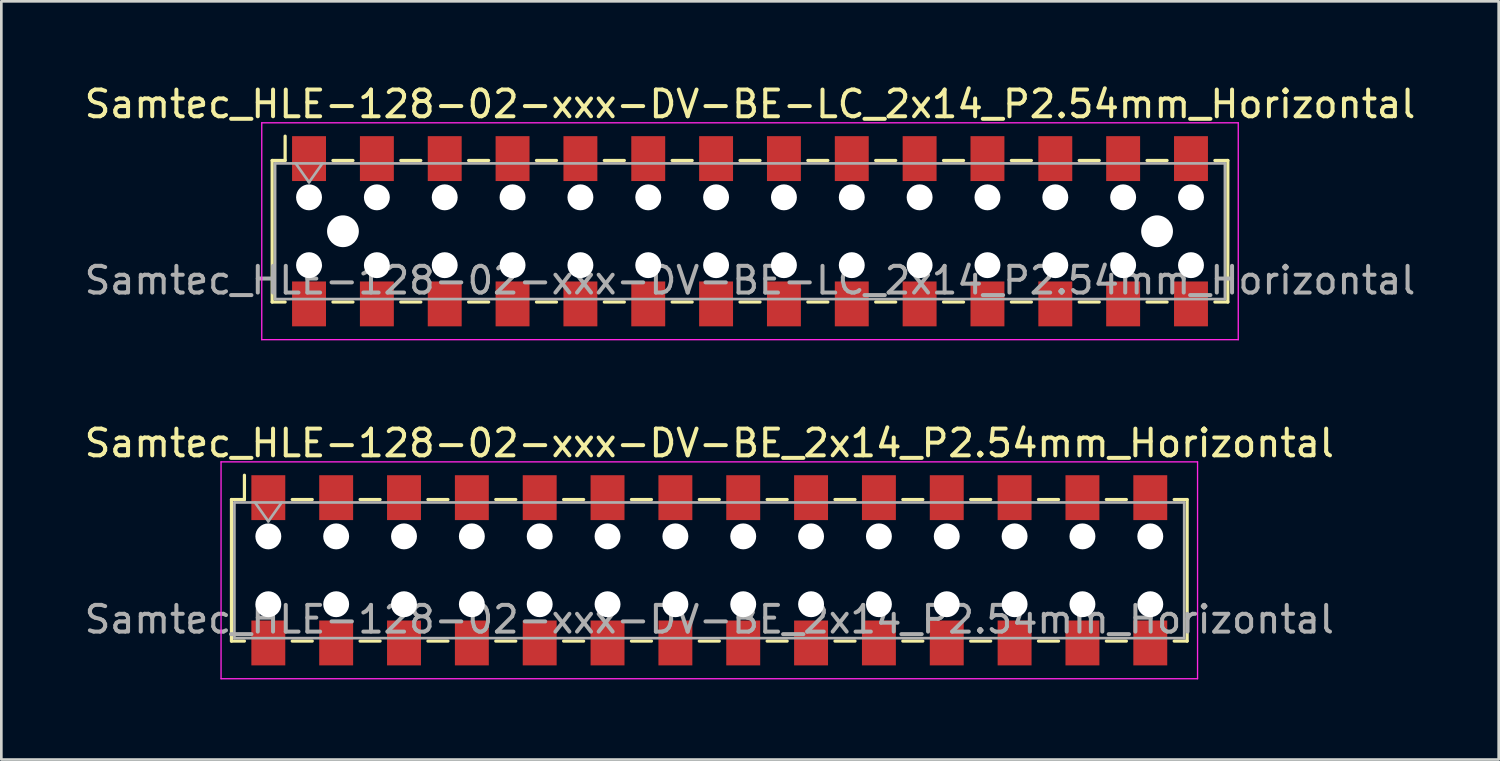
<source format=kicad_pcb>
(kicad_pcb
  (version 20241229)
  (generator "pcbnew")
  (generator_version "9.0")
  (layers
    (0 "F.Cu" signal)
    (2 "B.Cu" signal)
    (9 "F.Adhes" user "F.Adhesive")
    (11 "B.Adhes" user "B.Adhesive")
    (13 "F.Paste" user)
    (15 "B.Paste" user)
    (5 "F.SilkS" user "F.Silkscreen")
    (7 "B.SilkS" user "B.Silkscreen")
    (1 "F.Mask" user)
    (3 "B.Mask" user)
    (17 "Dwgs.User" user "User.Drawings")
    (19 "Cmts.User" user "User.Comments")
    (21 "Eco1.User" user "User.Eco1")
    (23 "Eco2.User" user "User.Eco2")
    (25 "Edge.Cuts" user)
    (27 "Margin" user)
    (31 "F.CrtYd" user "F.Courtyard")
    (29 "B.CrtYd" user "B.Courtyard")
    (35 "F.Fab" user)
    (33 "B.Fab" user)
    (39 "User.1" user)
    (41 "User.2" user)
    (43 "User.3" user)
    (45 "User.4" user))
  (footprint "Samtec_HLE-128-02-xxx-DV-BE_2x14_P2.54mm_Horizontal"
    (layer "F.Cu")
    (at 23.506 18.302)
    (property "Reference" "Samtec_HLE-128-02-xxx-DV-BE_2x14_P2.54mm_Horizontal" (at 0 -4.76 0) (layer "F.SilkS") (effects (font (size 1 1) (thickness 0.15))))
    (attr smd)
    (fp_line (start -17.89 -2.65) (end -17.89 2.65) (stroke (width 0.12) (type solid)) (layer "F.SilkS"))
    (fp_line (start -17.89 2.65) (end -17.405 2.65) (stroke (width 0.12) (type solid)) (layer "F.SilkS"))
    (fp_line (start -17.405 -3.56) (end -17.405 -2.65) (stroke (width 0.12) (type solid)) (layer "F.SilkS"))
    (fp_line (start -17.405 -2.65) (end -17.89 -2.65) (stroke (width 0.12) (type solid)) (layer "F.SilkS"))
    (fp_line (start -15.615 -2.65) (end -14.865 -2.65) (stroke (width 0.12) (type solid)) (layer "F.SilkS"))
    (fp_line (start -15.615 2.65) (end -14.865 2.65) (stroke (width 0.12) (type solid)) (layer "F.SilkS"))
    (fp_line (start -13.075 -2.65) (end -12.325 -2.65) (stroke (width 0.12) (type solid)) (layer "F.SilkS"))
    (fp_line (start -13.075 2.65) (end -12.325 2.65) (stroke (width 0.12) (type solid)) (layer "F.SilkS"))
    (fp_line (start -10.535 -2.65) (end -9.785 -2.65) (stroke (width 0.12) (type solid)) (layer "F.SilkS"))
    (fp_line (start -10.535 2.65) (end -9.785 2.65) (stroke (width 0.12) (type solid)) (layer "F.SilkS"))
    (fp_line (start -7.995 -2.65) (end -7.245 -2.65) (stroke (width 0.12) (type solid)) (layer "F.SilkS"))
    (fp_line (start -7.995 2.65) (end -7.245 2.65) (stroke (width 0.12) (type solid)) (layer "F.SilkS"))
    (fp_line (start -5.455 -2.65) (end -4.705 -2.65) (stroke (width 0.12) (type solid)) (layer "F.SilkS"))
    (fp_line (start -5.455 2.65) (end -4.705 2.65) (stroke (width 0.12) (type solid)) (layer "F.SilkS"))
    (fp_line (start -2.915 -2.65) (end -2.165 -2.65) (stroke (width 0.12) (type solid)) (layer "F.SilkS"))
    (fp_line (start -2.915 2.65) (end -2.165 2.65) (stroke (width 0.12) (type solid)) (layer "F.SilkS"))
    (fp_line (start -0.375 -2.65) (end 0.375 -2.65) (stroke (width 0.12) (type solid)) (layer "F.SilkS"))
    (fp_line (start -0.375 2.65) (end 0.375 2.65) (stroke (width 0.12) (type solid)) (layer "F.SilkS"))
    (fp_line (start 2.165 -2.65) (end 2.915 -2.65) (stroke (width 0.12) (type solid)) (layer "F.SilkS"))
    (fp_line (start 2.165 2.65) (end 2.915 2.65) (stroke (width 0.12) (type solid)) (layer "F.SilkS"))
    (fp_line (start 4.705 -2.65) (end 5.455 -2.65) (stroke (width 0.12) (type solid)) (layer "F.SilkS"))
    (fp_line (start 4.705 2.65) (end 5.455 2.65) (stroke (width 0.12) (type solid)) (layer "F.SilkS"))
    (fp_line (start 7.245 -2.65) (end 7.995 -2.65) (stroke (width 0.12) (type solid)) (layer "F.SilkS"))
    (fp_line (start 7.245 2.65) (end 7.995 2.65) (stroke (width 0.12) (type solid)) (layer "F.SilkS"))
    (fp_line (start 9.785 -2.65) (end 10.535 -2.65) (stroke (width 0.12) (type solid)) (layer "F.SilkS"))
    (fp_line (start 9.785 2.65) (end 10.535 2.65) (stroke (width 0.12) (type solid)) (layer "F.SilkS"))
    (fp_line (start 12.325 -2.65) (end 13.075 -2.65) (stroke (width 0.12) (type solid)) (layer "F.SilkS"))
    (fp_line (start 12.325 2.65) (end 13.075 2.65) (stroke (width 0.12) (type solid)) (layer "F.SilkS"))
    (fp_line (start 14.865 -2.65) (end 15.615 -2.65) (stroke (width 0.12) (type solid)) (layer "F.SilkS"))
    (fp_line (start 14.865 2.65) (end 15.615 2.65) (stroke (width 0.12) (type solid)) (layer "F.SilkS"))
    (fp_line (start 17.405 -2.65) (end 17.89 -2.65) (stroke (width 0.12) (type solid)) (layer "F.SilkS"))
    (fp_line (start 17.89 -2.65) (end 17.89 2.65) (stroke (width 0.12) (type solid)) (layer "F.SilkS"))
    (fp_line (start 17.89 2.65) (end 17.405 2.65) (stroke (width 0.12) (type solid)) (layer "F.SilkS"))
    (fp_line (start -18.28 -4.06) (end 18.28 -4.06) (stroke (width 0.05) (type solid)) (layer "F.CrtYd"))
    (fp_line (start -18.28 4.06) (end -18.28 -4.06) (stroke (width 0.05) (type solid)) (layer "F.CrtYd"))
    (fp_line (start 18.28 -4.06) (end 18.28 4.06) (stroke (width 0.05) (type solid)) (layer "F.CrtYd"))
    (fp_line (start 18.28 4.06) (end -18.28 4.06) (stroke (width 0.05) (type solid)) (layer "F.CrtYd"))
    (fp_line (start -17.78 -2.54) (end 17.78 -2.54) (stroke (width 0.1) (type solid)) (layer "F.Fab"))
    (fp_line (start -17.78 2.54) (end -17.78 -2.54) (stroke (width 0.1) (type solid)) (layer "F.Fab"))
    (fp_line (start -17.01 -2.54) (end -16.51 -1.833) (stroke (width 0.1) (type solid)) (layer "F.Fab"))
    (fp_line (start -16.51 -1.833) (end -16.01 -2.54) (stroke (width 0.1) (type solid)) (layer "F.Fab"))
    (fp_line (start 17.78 -2.54) (end 17.78 2.54) (stroke (width 0.1) (type solid)) (layer "F.Fab"))
    (fp_line (start 17.78 2.54) (end -17.78 2.54) (stroke (width 0.1) (type solid)) (layer "F.Fab"))
    (fp_text user "${REFERENCE}" (at 0 1.84 0) (layer "F.Fab") (effects (font (size 1 1) (thickness 0.15))))
    (pad "" np_thru_hole circle (at -16.51 -1.27) (size 0.97 0.97) (drill 0.97) (layers "*.Cu" "*.Mask"))
    (pad "" np_thru_hole circle (at -16.51 1.27) (size 0.97 0.97) (drill 0.97) (layers "*.Cu" "*.Mask"))
    (pad "" np_thru_hole circle (at -13.97 -1.27) (size 0.97 0.97) (drill 0.97) (layers "*.Cu" "*.Mask"))
    (pad "" np_thru_hole circle (at -13.97 1.27) (size 0.97 0.97) (drill 0.97) (layers "*.Cu" "*.Mask"))
    (pad "" np_thru_hole circle (at -11.43 -1.27) (size 0.97 0.97) (drill 0.97) (layers "*.Cu" "*.Mask"))
    (pad "" np_thru_hole circle (at -11.43 1.27) (size 0.97 0.97) (drill 0.97) (layers "*.Cu" "*.Mask"))
    (pad "" np_thru_hole circle (at -8.89 -1.27) (size 0.97 0.97) (drill 0.97) (layers "*.Cu" "*.Mask"))
    (pad "" np_thru_hole circle (at -8.89 1.27) (size 0.97 0.97) (drill 0.97) (layers "*.Cu" "*.Mask"))
    (pad "" np_thru_hole circle (at -6.35 -1.27) (size 0.97 0.97) (drill 0.97) (layers "*.Cu" "*.Mask"))
    (pad "" np_thru_hole circle (at -6.35 1.27) (size 0.97 0.97) (drill 0.97) (layers "*.Cu" "*.Mask"))
    (pad "" np_thru_hole circle (at -3.81 -1.27) (size 0.97 0.97) (drill 0.97) (layers "*.Cu" "*.Mask"))
    (pad "" np_thru_hole circle (at -3.81 1.27) (size 0.97 0.97) (drill 0.97) (layers "*.Cu" "*.Mask"))
    (pad "" np_thru_hole circle (at -1.27 -1.27) (size 0.97 0.97) (drill 0.97) (layers "*.Cu" "*.Mask"))
    (pad "" np_thru_hole circle (at -1.27 1.27) (size 0.97 0.97) (drill 0.97) (layers "*.Cu" "*.Mask"))
    (pad "" np_thru_hole circle (at 1.27 -1.27) (size 0.97 0.97) (drill 0.97) (layers "*.Cu" "*.Mask"))
    (pad "" np_thru_hole circle (at 1.27 1.27) (size 0.97 0.97) (drill 0.97) (layers "*.Cu" "*.Mask"))
    (pad "" np_thru_hole circle (at 3.81 -1.27) (size 0.97 0.97) (drill 0.97) (layers "*.Cu" "*.Mask"))
    (pad "" np_thru_hole circle (at 3.81 1.27) (size 0.97 0.97) (drill 0.97) (layers "*.Cu" "*.Mask"))
    (pad "" np_thru_hole circle (at 6.35 -1.27) (size 0.97 0.97) (drill 0.97) (layers "*.Cu" "*.Mask"))
    (pad "" np_thru_hole circle (at 6.35 1.27) (size 0.97 0.97) (drill 0.97) (layers "*.Cu" "*.Mask"))
    (pad "" np_thru_hole circle (at 8.89 -1.27) (size 0.97 0.97) (drill 0.97) (layers "*.Cu" "*.Mask"))
    (pad "" np_thru_hole circle (at 8.89 1.27) (size 0.97 0.97) (drill 0.97) (layers "*.Cu" "*.Mask"))
    (pad "" np_thru_hole circle (at 11.43 -1.27) (size 0.97 0.97) (drill 0.97) (layers "*.Cu" "*.Mask"))
    (pad "" np_thru_hole circle (at 11.43 1.27) (size 0.97 0.97) (drill 0.97) (layers "*.Cu" "*.Mask"))
    (pad "" np_thru_hole circle (at 13.97 -1.27) (size 0.97 0.97) (drill 0.97) (layers "*.Cu" "*.Mask"))
    (pad "" np_thru_hole circle (at 13.97 1.27) (size 0.97 0.97) (drill 0.97) (layers "*.Cu" "*.Mask"))
    (pad "" np_thru_hole circle (at 16.51 -1.27) (size 0.97 0.97) (drill 0.97) (layers "*.Cu" "*.Mask"))
    (pad "" np_thru_hole circle (at 16.51 1.27) (size 0.97 0.97) (drill 0.97) (layers "*.Cu" "*.Mask"))
    (pad "1" smd rect (at -16.51 -2.72) (size 1.27 1.68) (layers "F.Cu" "F.Mask" "F.Paste"))
    (pad "2" smd rect (at -16.51 2.72) (size 1.27 1.68) (layers "F.Cu" "F.Mask" "F.Paste"))
    (pad "3" smd rect (at -13.97 -2.72) (size 1.27 1.68) (layers "F.Cu" "F.Mask" "F.Paste"))
    (pad "4" smd rect (at -13.97 2.72) (size 1.27 1.68) (layers "F.Cu" "F.Mask" "F.Paste"))
    (pad "5" smd rect (at -11.43 -2.72) (size 1.27 1.68) (layers "F.Cu" "F.Mask" "F.Paste"))
    (pad "6" smd rect (at -11.43 2.72) (size 1.27 1.68) (layers "F.Cu" "F.Mask" "F.Paste"))
    (pad "7" smd rect (at -8.89 -2.72) (size 1.27 1.68) (layers "F.Cu" "F.Mask" "F.Paste"))
    (pad "8" smd rect (at -8.89 2.72) (size 1.27 1.68) (layers "F.Cu" "F.Mask" "F.Paste"))
    (pad "9" smd rect (at -6.35 -2.72) (size 1.27 1.68) (layers "F.Cu" "F.Mask" "F.Paste"))
    (pad "10" smd rect (at -6.35 2.72) (size 1.27 1.68) (layers "F.Cu" "F.Mask" "F.Paste"))
    (pad "11" smd rect (at -3.81 -2.72) (size 1.27 1.68) (layers "F.Cu" "F.Mask" "F.Paste"))
    (pad "12" smd rect (at -3.81 2.72) (size 1.27 1.68) (layers "F.Cu" "F.Mask" "F.Paste"))
    (pad "13" smd rect (at -1.27 -2.72) (size 1.27 1.68) (layers "F.Cu" "F.Mask" "F.Paste"))
    (pad "14" smd rect (at -1.27 2.72) (size 1.27 1.68) (layers "F.Cu" "F.Mask" "F.Paste"))
    (pad "15" smd rect (at 1.27 -2.72) (size 1.27 1.68) (layers "F.Cu" "F.Mask" "F.Paste"))
    (pad "16" smd rect (at 1.27 2.72) (size 1.27 1.68) (layers "F.Cu" "F.Mask" "F.Paste"))
    (pad "17" smd rect (at 3.81 -2.72) (size 1.27 1.68) (layers "F.Cu" "F.Mask" "F.Paste"))
    (pad "18" smd rect (at 3.81 2.72) (size 1.27 1.68) (layers "F.Cu" "F.Mask" "F.Paste"))
    (pad "19" smd rect (at 6.35 -2.72) (size 1.27 1.68) (layers "F.Cu" "F.Mask" "F.Paste"))
    (pad "20" smd rect (at 6.35 2.72) (size 1.27 1.68) (layers "F.Cu" "F.Mask" "F.Paste"))
    (pad "21" smd rect (at 8.89 -2.72) (size 1.27 1.68) (layers "F.Cu" "F.Mask" "F.Paste"))
    (pad "22" smd rect (at 8.89 2.72) (size 1.27 1.68) (layers "F.Cu" "F.Mask" "F.Paste"))
    (pad "23" smd rect (at 11.43 -2.72) (size 1.27 1.68) (layers "F.Cu" "F.Mask" "F.Paste"))
    (pad "24" smd rect (at 11.43 2.72) (size 1.27 1.68) (layers "F.Cu" "F.Mask" "F.Paste"))
    (pad "25" smd rect (at 13.97 -2.72) (size 1.27 1.68) (layers "F.Cu" "F.Mask" "F.Paste"))
    (pad "26" smd rect (at 13.97 2.72) (size 1.27 1.68) (layers "F.Cu" "F.Mask" "F.Paste"))
    (pad "27" smd rect (at 16.51 -2.72) (size 1.27 1.68) (layers "F.Cu" "F.Mask" "F.Paste"))
    (pad "28" smd rect (at 16.51 2.72) (size 1.27 1.68) (layers "F.Cu" "F.Mask" "F.Paste")))
  (footprint "Samtec_HLE-128-02-xxx-DV-BE-LC_2x14_P2.54mm_Horizontal"
    (layer "F.Cu")
    (at 25.03 5.608)
    (property "Reference" "Samtec_HLE-128-02-xxx-DV-BE-LC_2x14_P2.54mm_Horizontal" (at 0 -4.76 0) (layer "F.SilkS") (effects (font (size 1 1) (thickness 0.15))))
    (attr smd)
    (fp_line (start -17.89 -2.65) (end -17.89 2.65) (stroke (width 0.12) (type solid)) (layer "F.SilkS"))
    (fp_line (start -17.89 2.65) (end -17.405 2.65) (stroke (width 0.12) (type solid)) (layer "F.SilkS"))
    (fp_line (start -17.405 -3.56) (end -17.405 -2.65) (stroke (width 0.12) (type solid)) (layer "F.SilkS"))
    (fp_line (start -17.405 -2.65) (end -17.89 -2.65) (stroke (width 0.12) (type solid)) (layer "F.SilkS"))
    (fp_line (start -15.615 -2.65) (end -14.865 -2.65) (stroke (width 0.12) (type solid)) (layer "F.SilkS"))
    (fp_line (start -15.615 2.65) (end -14.865 2.65) (stroke (width 0.12) (type solid)) (layer "F.SilkS"))
    (fp_line (start -13.075 -2.65) (end -12.325 -2.65) (stroke (width 0.12) (type solid)) (layer "F.SilkS"))
    (fp_line (start -13.075 2.65) (end -12.325 2.65) (stroke (width 0.12) (type solid)) (layer "F.SilkS"))
    (fp_line (start -10.535 -2.65) (end -9.785 -2.65) (stroke (width 0.12) (type solid)) (layer "F.SilkS"))
    (fp_line (start -10.535 2.65) (end -9.785 2.65) (stroke (width 0.12) (type solid)) (layer "F.SilkS"))
    (fp_line (start -7.995 -2.65) (end -7.245 -2.65) (stroke (width 0.12) (type solid)) (layer "F.SilkS"))
    (fp_line (start -7.995 2.65) (end -7.245 2.65) (stroke (width 0.12) (type solid)) (layer "F.SilkS"))
    (fp_line (start -5.455 -2.65) (end -4.705 -2.65) (stroke (width 0.12) (type solid)) (layer "F.SilkS"))
    (fp_line (start -5.455 2.65) (end -4.705 2.65) (stroke (width 0.12) (type solid)) (layer "F.SilkS"))
    (fp_line (start -2.915 -2.65) (end -2.165 -2.65) (stroke (width 0.12) (type solid)) (layer "F.SilkS"))
    (fp_line (start -2.915 2.65) (end -2.165 2.65) (stroke (width 0.12) (type solid)) (layer "F.SilkS"))
    (fp_line (start -0.375 -2.65) (end 0.375 -2.65) (stroke (width 0.12) (type solid)) (layer "F.SilkS"))
    (fp_line (start -0.375 2.65) (end 0.375 2.65) (stroke (width 0.12) (type solid)) (layer "F.SilkS"))
    (fp_line (start 2.165 -2.65) (end 2.915 -2.65) (stroke (width 0.12) (type solid)) (layer "F.SilkS"))
    (fp_line (start 2.165 2.65) (end 2.915 2.65) (stroke (width 0.12) (type solid)) (layer "F.SilkS"))
    (fp_line (start 4.705 -2.65) (end 5.455 -2.65) (stroke (width 0.12) (type solid)) (layer "F.SilkS"))
    (fp_line (start 4.705 2.65) (end 5.455 2.65) (stroke (width 0.12) (type solid)) (layer "F.SilkS"))
    (fp_line (start 7.245 -2.65) (end 7.995 -2.65) (stroke (width 0.12) (type solid)) (layer "F.SilkS"))
    (fp_line (start 7.245 2.65) (end 7.995 2.65) (stroke (width 0.12) (type solid)) (layer "F.SilkS"))
    (fp_line (start 9.785 -2.65) (end 10.535 -2.65) (stroke (width 0.12) (type solid)) (layer "F.SilkS"))
    (fp_line (start 9.785 2.65) (end 10.535 2.65) (stroke (width 0.12) (type solid)) (layer "F.SilkS"))
    (fp_line (start 12.325 -2.65) (end 13.075 -2.65) (stroke (width 0.12) (type solid)) (layer "F.SilkS"))
    (fp_line (start 12.325 2.65) (end 13.075 2.65) (stroke (width 0.12) (type solid)) (layer "F.SilkS"))
    (fp_line (start 14.865 -2.65) (end 15.615 -2.65) (stroke (width 0.12) (type solid)) (layer "F.SilkS"))
    (fp_line (start 14.865 2.65) (end 15.615 2.65) (stroke (width 0.12) (type solid)) (layer "F.SilkS"))
    (fp_line (start 17.405 -2.65) (end 17.89 -2.65) (stroke (width 0.12) (type solid)) (layer "F.SilkS"))
    (fp_line (start 17.89 -2.65) (end 17.89 2.65) (stroke (width 0.12) (type solid)) (layer "F.SilkS"))
    (fp_line (start 17.89 2.65) (end 17.405 2.65) (stroke (width 0.12) (type solid)) (layer "F.SilkS"))
    (fp_line (start -18.28 -4.06) (end 18.28 -4.06) (stroke (width 0.05) (type solid)) (layer "F.CrtYd"))
    (fp_line (start -18.28 4.06) (end -18.28 -4.06) (stroke (width 0.05) (type solid)) (layer "F.CrtYd"))
    (fp_line (start 18.28 -4.06) (end 18.28 4.06) (stroke (width 0.05) (type solid)) (layer "F.CrtYd"))
    (fp_line (start 18.28 4.06) (end -18.28 4.06) (stroke (width 0.05) (type solid)) (layer "F.CrtYd"))
    (fp_line (start -17.78 -2.54) (end 17.78 -2.54) (stroke (width 0.1) (type solid)) (layer "F.Fab"))
    (fp_line (start -17.78 2.54) (end -17.78 -2.54) (stroke (width 0.1) (type solid)) (layer "F.Fab"))
    (fp_line (start -17.01 -2.54) (end -16.51 -1.833) (stroke (width 0.1) (type solid)) (layer "F.Fab"))
    (fp_line (start -16.51 -1.833) (end -16.01 -2.54) (stroke (width 0.1) (type solid)) (layer "F.Fab"))
    (fp_line (start 17.78 -2.54) (end 17.78 2.54) (stroke (width 0.1) (type solid)) (layer "F.Fab"))
    (fp_line (start 17.78 2.54) (end -17.78 2.54) (stroke (width 0.1) (type solid)) (layer "F.Fab"))
    (fp_text user "${REFERENCE}" (at 0 1.84 0) (layer "F.Fab") (effects (font (size 1 1) (thickness 0.15))))
    (pad "" np_thru_hole circle (at -16.51 -1.27) (size 0.97 0.97) (drill 0.97) (layers "*.Cu" "*.Mask"))
    (pad "" np_thru_hole circle (at -16.51 1.27) (size 0.97 0.97) (drill 0.97) (layers "*.Cu" "*.Mask"))
    (pad "" np_thru_hole circle (at -15.24 0) (size 1.19 1.19) (drill 1.19) (layers "*.Cu" "*.Mask"))
    (pad "" np_thru_hole circle (at -13.97 -1.27) (size 0.97 0.97) (drill 0.97) (layers "*.Cu" "*.Mask"))
    (pad "" np_thru_hole circle (at -13.97 1.27) (size 0.97 0.97) (drill 0.97) (layers "*.Cu" "*.Mask"))
    (pad "" np_thru_hole circle (at -11.43 -1.27) (size 0.97 0.97) (drill 0.97) (layers "*.Cu" "*.Mask"))
    (pad "" np_thru_hole circle (at -11.43 1.27) (size 0.97 0.97) (drill 0.97) (layers "*.Cu" "*.Mask"))
    (pad "" np_thru_hole circle (at -8.89 -1.27) (size 0.97 0.97) (drill 0.97) (layers "*.Cu" "*.Mask"))
    (pad "" np_thru_hole circle (at -8.89 1.27) (size 0.97 0.97) (drill 0.97) (layers "*.Cu" "*.Mask"))
    (pad "" np_thru_hole circle (at -6.35 -1.27) (size 0.97 0.97) (drill 0.97) (layers "*.Cu" "*.Mask"))
    (pad "" np_thru_hole circle (at -6.35 1.27) (size 0.97 0.97) (drill 0.97) (layers "*.Cu" "*.Mask"))
    (pad "" np_thru_hole circle (at -3.81 -1.27) (size 0.97 0.97) (drill 0.97) (layers "*.Cu" "*.Mask"))
    (pad "" np_thru_hole circle (at -3.81 1.27) (size 0.97 0.97) (drill 0.97) (layers "*.Cu" "*.Mask"))
    (pad "" np_thru_hole circle (at -1.27 -1.27) (size 0.97 0.97) (drill 0.97) (layers "*.Cu" "*.Mask"))
    (pad "" np_thru_hole circle (at -1.27 1.27) (size 0.97 0.97) (drill 0.97) (layers "*.Cu" "*.Mask"))
    (pad "" np_thru_hole circle (at 1.27 -1.27) (size 0.97 0.97) (drill 0.97) (layers "*.Cu" "*.Mask"))
    (pad "" np_thru_hole circle (at 1.27 1.27) (size 0.97 0.97) (drill 0.97) (layers "*.Cu" "*.Mask"))
    (pad "" np_thru_hole circle (at 3.81 -1.27) (size 0.97 0.97) (drill 0.97) (layers "*.Cu" "*.Mask"))
    (pad "" np_thru_hole circle (at 3.81 1.27) (size 0.97 0.97) (drill 0.97) (layers "*.Cu" "*.Mask"))
    (pad "" np_thru_hole circle (at 6.35 -1.27) (size 0.97 0.97) (drill 0.97) (layers "*.Cu" "*.Mask"))
    (pad "" np_thru_hole circle (at 6.35 1.27) (size 0.97 0.97) (drill 0.97) (layers "*.Cu" "*.Mask"))
    (pad "" np_thru_hole circle (at 8.89 -1.27) (size 0.97 0.97) (drill 0.97) (layers "*.Cu" "*.Mask"))
    (pad "" np_thru_hole circle (at 8.89 1.27) (size 0.97 0.97) (drill 0.97) (layers "*.Cu" "*.Mask"))
    (pad "" np_thru_hole circle (at 11.43 -1.27) (size 0.97 0.97) (drill 0.97) (layers "*.Cu" "*.Mask"))
    (pad "" np_thru_hole circle (at 11.43 1.27) (size 0.97 0.97) (drill 0.97) (layers "*.Cu" "*.Mask"))
    (pad "" np_thru_hole circle (at 13.97 -1.27) (size 0.97 0.97) (drill 0.97) (layers "*.Cu" "*.Mask"))
    (pad "" np_thru_hole circle (at 13.97 1.27) (size 0.97 0.97) (drill 0.97) (layers "*.Cu" "*.Mask"))
    (pad "" np_thru_hole circle (at 15.24 0) (size 1.19 1.19) (drill 1.19) (layers "*.Cu" "*.Mask"))
    (pad "" np_thru_hole circle (at 16.51 -1.27) (size 0.97 0.97) (drill 0.97) (layers "*.Cu" "*.Mask"))
    (pad "" np_thru_hole circle (at 16.51 1.27) (size 0.97 0.97) (drill 0.97) (layers "*.Cu" "*.Mask"))
    (pad "1" smd rect (at -16.51 -2.72) (size 1.27 1.68) (layers "F.Cu" "F.Mask" "F.Paste"))
    (pad "2" smd rect (at -16.51 2.72) (size 1.27 1.68) (layers "F.Cu" "F.Mask" "F.Paste"))
    (pad "3" smd rect (at -13.97 -2.72) (size 1.27 1.68) (layers "F.Cu" "F.Mask" "F.Paste"))
    (pad "4" smd rect (at -13.97 2.72) (size 1.27 1.68) (layers "F.Cu" "F.Mask" "F.Paste"))
    (pad "5" smd rect (at -11.43 -2.72) (size 1.27 1.68) (layers "F.Cu" "F.Mask" "F.Paste"))
    (pad "6" smd rect (at -11.43 2.72) (size 1.27 1.68) (layers "F.Cu" "F.Mask" "F.Paste"))
    (pad "7" smd rect (at -8.89 -2.72) (size 1.27 1.68) (layers "F.Cu" "F.Mask" "F.Paste"))
    (pad "8" smd rect (at -8.89 2.72) (size 1.27 1.68) (layers "F.Cu" "F.Mask" "F.Paste"))
    (pad "9" smd rect (at -6.35 -2.72) (size 1.27 1.68) (layers "F.Cu" "F.Mask" "F.Paste"))
    (pad "10" smd rect (at -6.35 2.72) (size 1.27 1.68) (layers "F.Cu" "F.Mask" "F.Paste"))
    (pad "11" smd rect (at -3.81 -2.72) (size 1.27 1.68) (layers "F.Cu" "F.Mask" "F.Paste"))
    (pad "12" smd rect (at -3.81 2.72) (size 1.27 1.68) (layers "F.Cu" "F.Mask" "F.Paste"))
    (pad "13" smd rect (at -1.27 -2.72) (size 1.27 1.68) (layers "F.Cu" "F.Mask" "F.Paste"))
    (pad "14" smd rect (at -1.27 2.72) (size 1.27 1.68) (layers "F.Cu" "F.Mask" "F.Paste"))
    (pad "15" smd rect (at 1.27 -2.72) (size 1.27 1.68) (layers "F.Cu" "F.Mask" "F.Paste"))
    (pad "16" smd rect (at 1.27 2.72) (size 1.27 1.68) (layers "F.Cu" "F.Mask" "F.Paste"))
    (pad "17" smd rect (at 3.81 -2.72) (size 1.27 1.68) (layers "F.Cu" "F.Mask" "F.Paste"))
    (pad "18" smd rect (at 3.81 2.72) (size 1.27 1.68) (layers "F.Cu" "F.Mask" "F.Paste"))
    (pad "19" smd rect (at 6.35 -2.72) (size 1.27 1.68) (layers "F.Cu" "F.Mask" "F.Paste"))
    (pad "20" smd rect (at 6.35 2.72) (size 1.27 1.68) (layers "F.Cu" "F.Mask" "F.Paste"))
    (pad "21" smd rect (at 8.89 -2.72) (size 1.27 1.68) (layers "F.Cu" "F.Mask" "F.Paste"))
    (pad "22" smd rect (at 8.89 2.72) (size 1.27 1.68) (layers "F.Cu" "F.Mask" "F.Paste"))
    (pad "23" smd rect (at 11.43 -2.72) (size 1.27 1.68) (layers "F.Cu" "F.Mask" "F.Paste"))
    (pad "24" smd rect (at 11.43 2.72) (size 1.27 1.68) (layers "F.Cu" "F.Mask" "F.Paste"))
    (pad "25" smd rect (at 13.97 -2.72) (size 1.27 1.68) (layers "F.Cu" "F.Mask" "F.Paste"))
    (pad "26" smd rect (at 13.97 2.72) (size 1.27 1.68) (layers "F.Cu" "F.Mask" "F.Paste"))
    (pad "27" smd rect (at 16.51 -2.72) (size 1.27 1.68) (layers "F.Cu" "F.Mask" "F.Paste"))
    (pad "28" smd rect (at 16.51 2.72) (size 1.27 1.68) (layers "F.Cu" "F.Mask" "F.Paste")))
  (gr_rect
    (start -3 -3)
    (end 53.06 25.387)
    (stroke (width 0.1) (type default))
    (fill no)
    (layer "Edge.Cuts")))
</source>
